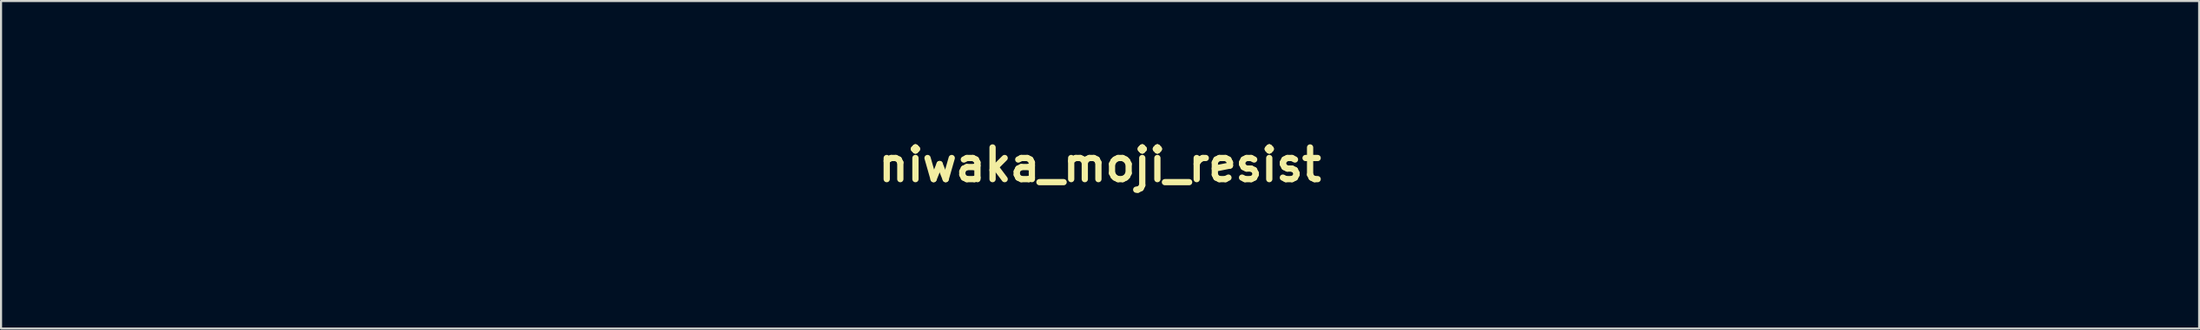
<source format=kicad_pcb>
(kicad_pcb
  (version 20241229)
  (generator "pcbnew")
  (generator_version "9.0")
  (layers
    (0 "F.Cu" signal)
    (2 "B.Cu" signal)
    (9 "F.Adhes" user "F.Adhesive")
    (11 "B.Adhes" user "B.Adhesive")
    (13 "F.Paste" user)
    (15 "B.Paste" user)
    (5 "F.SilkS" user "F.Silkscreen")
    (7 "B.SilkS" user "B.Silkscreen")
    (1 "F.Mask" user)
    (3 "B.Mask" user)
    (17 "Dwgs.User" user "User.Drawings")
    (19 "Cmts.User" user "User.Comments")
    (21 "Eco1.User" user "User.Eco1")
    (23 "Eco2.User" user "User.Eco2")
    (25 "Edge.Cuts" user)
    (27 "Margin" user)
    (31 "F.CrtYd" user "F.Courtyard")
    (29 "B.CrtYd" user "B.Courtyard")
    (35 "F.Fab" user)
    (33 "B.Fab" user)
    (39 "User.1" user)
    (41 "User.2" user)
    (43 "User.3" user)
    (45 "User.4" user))
  (footprint "niwaka_moji_resist"
    (layer "F.Cu")
    (at 49.74 4.878)
    (property "Reference" "niwaka_moji_resist" (at 0 0 0) (layer "F.SilkS") (effects (font (size 1.524 1.524) (thickness 0.3))))
    (attr through_hole)
    (fp_poly (pts (xy -44.871 -2.988) (xy -48.098 -2.988) (xy -48.098 -0.572) (xy -45.443 -0.572) (xy -45.443 1.065) (xy -48.098 1.065) (xy -48.098 4.355) (xy -49.735 4.355) (xy -49.735 -4.625) (xy -44.871 -4.625) (xy -44.871 -2.988)) (stroke (width 0.01) (type solid)) (fill yes) (layer "F.Mask"))
    (fp_poly (pts (xy 17.341 2.75) (xy 18.025 2.75) (xy 18.025 4.355) (xy 15.021 4.355) (xy 15.021 2.75) (xy 15.704 2.75) (xy 15.704 -3.02) (xy 15.021 -3.02) (xy 15.021 -4.625) (xy 17.341 -4.625) (xy 17.341 2.75)) (stroke (width 0.01) (type solid)) (fill yes) (layer "F.Mask"))
    (fp_poly (pts (xy 7.291 -4.622) (xy 8.096 -4.617) (xy 9.576 -1.805) (xy 11.055 1.008) (xy 11.059 -1.809) (xy 11.063 -4.625) (xy 12.7 -4.625) (xy 12.7 4.355) (xy 11.83 4.355) (xy 10.96 4.355) (xy 9.541 1.657) (xy 8.122 -1.041) (xy 8.122 4.355) (xy 6.485 4.355) (xy 6.485 -4.626) (xy 7.291 -4.622)) (stroke (width 0.01) (type solid)) (fill yes) (layer "F.Mask"))
    (fp_poly (pts (xy -33.185 -2.43) (xy -33.181 -0.235) (xy -31.902 -2.407) (xy -31.759 -2.649) (xy -31.621 -2.884) (xy -31.488 -3.11) (xy -31.361 -3.326) (xy -31.241 -3.53) (xy -31.128 -3.721) (xy -31.024 -3.898) (xy -30.93 -4.058) (xy -30.845 -4.2) (xy -30.773 -4.323) (xy -30.712 -4.426) (xy -30.664 -4.507) (xy -30.63 -4.564) (xy -30.611 -4.596) (xy -30.606 -4.603) (xy -30.599 -4.608) (xy -30.584 -4.612) (xy -30.558 -4.615) (xy -30.519 -4.618) (xy -30.465 -4.62) (xy -30.393 -4.621) (xy -30.302 -4.622) (xy -30.188 -4.623) (xy -30.051 -4.623) (xy -29.886 -4.623) (xy -29.693 -4.622) (xy -29.642 -4.622) (xy -28.695 -4.617) (xy -30.019 -2.368) (xy -31.343 -0.119) (xy -31.301 -0.048) (xy -31.289 -0.026) (xy -31.261 0.021) (xy -31.218 0.093) (xy -31.163 0.188) (xy -31.095 0.304) (xy -31.015 0.439) (xy -30.924 0.593) (xy -30.824 0.764) (xy -30.715 0.949) (xy -30.598 1.148) (xy -30.473 1.36) (xy -30.343 1.582) (xy -30.207 1.813) (xy -30.067 2.051) (xy -29.997 2.17) (xy -29.855 2.41) (xy -29.718 2.643) (xy -29.586 2.868) (xy -29.46 3.082) (xy -29.342 3.284) (xy -29.231 3.473) (xy -29.128 3.648) (xy -29.035 3.806) (xy -28.953 3.946) (xy -28.882 4.067) (xy -28.823 4.168) (xy -28.778 4.246) (xy -28.746 4.301) (xy -28.729 4.33) (xy -28.726 4.335) (xy -28.731 4.34) (xy -28.748 4.343) (xy -28.781 4.346) (xy -28.832 4.349) (xy -28.901 4.351) (xy -28.992 4.352) (xy -29.107 4.353) (xy -29.246 4.354) (xy -29.413 4.354) (xy -29.609 4.354) (xy -29.67 4.354) (xy -30.621 4.354) (xy -31.901 2.177) (xy -33.181 -0.001) (xy -33.185 2.177) (xy -33.189 4.355) (xy -34.826 4.355) (xy -34.826 -4.625) (xy -33.189 -4.625) (xy -33.185 -2.43)) (stroke (width 0.01) (type solid)) (fill yes) (layer "F.Mask"))
    (fp_poly (pts (xy -10.073 -2.432) (xy -10.069 -0.238) (xy -8.78 -2.428) (xy -7.491 -4.617) (xy -6.541 -4.622) (xy -6.344 -4.622) (xy -6.175 -4.623) (xy -6.034 -4.623) (xy -5.918 -4.623) (xy -5.824 -4.622) (xy -5.75 -4.621) (xy -5.694 -4.62) (xy -5.654 -4.617) (xy -5.627 -4.615) (xy -5.61 -4.611) (xy -5.603 -4.607) (xy -5.601 -4.601) (xy -5.602 -4.599) (xy -5.611 -4.582) (xy -5.635 -4.54) (xy -5.674 -4.473) (xy -5.726 -4.383) (xy -5.791 -4.272) (xy -5.868 -4.141) (xy -5.956 -3.991) (xy -6.054 -3.823) (xy -6.161 -3.641) (xy -6.277 -3.443) (xy -6.4 -3.234) (xy -6.53 -3.013) (xy -6.666 -2.782) (xy -6.807 -2.542) (xy -6.917 -2.354) (xy -7.061 -2.11) (xy -7.201 -1.872) (xy -7.335 -1.644) (xy -7.463 -1.426) (xy -7.584 -1.219) (xy -7.697 -1.026) (xy -7.802 -0.847) (xy -7.896 -0.684) (xy -7.981 -0.539) (xy -8.054 -0.413) (xy -8.116 -0.307) (xy -8.164 -0.224) (xy -8.198 -0.163) (xy -8.218 -0.127) (xy -8.223 -0.118) (xy -8.215 -0.102) (xy -8.192 -0.061) (xy -8.154 0.005) (xy -8.103 0.094) (xy -8.039 0.205) (xy -7.963 0.335) (xy -7.876 0.484) (xy -7.779 0.651) (xy -7.672 0.833) (xy -7.557 1.029) (xy -7.435 1.239) (xy -7.305 1.459) (xy -7.17 1.69) (xy -7.029 1.929) (xy -6.917 2.12) (xy -6.773 2.364) (xy -6.634 2.601) (xy -6.5 2.829) (xy -6.372 3.047) (xy -6.251 3.253) (xy -6.137 3.446) (xy -6.033 3.624) (xy -5.938 3.786) (xy -5.853 3.93) (xy -5.78 4.056) (xy -5.719 4.16) (xy -5.67 4.243) (xy -5.636 4.303) (xy -5.616 4.338) (xy -5.611 4.347) (xy -5.626 4.348) (xy -5.671 4.35) (xy -5.742 4.351) (xy -5.836 4.352) (xy -5.951 4.353) (xy -6.084 4.354) (xy -6.232 4.354) (xy -6.393 4.355) (xy -6.561 4.355) (xy -7.51 4.354) (xy -10.069 0.003) (xy -10.077 4.355) (xy -11.715 4.355) (xy -11.715 -4.625) (xy -10.077 -4.625) (xy -10.073 -2.432)) (stroke (width 0.01) (type solid)) (fill yes) (layer "F.Mask"))
    (fp_poly (pts (xy 37.854 -0.242) (xy 39.141 -2.43) (xy 40.429 -4.617) (xy 41.38 -4.622) (xy 41.585 -4.622) (xy 41.759 -4.623) (xy 41.906 -4.623) (xy 42.027 -4.622) (xy 42.124 -4.621) (xy 42.199 -4.619) (xy 42.255 -4.617) (xy 42.293 -4.615) (xy 42.315 -4.611) (xy 42.324 -4.607) (xy 42.324 -4.606) (xy 42.315 -4.591) (xy 42.292 -4.55) (xy 42.254 -4.485) (xy 42.202 -4.397) (xy 42.139 -4.289) (xy 42.064 -4.161) (xy 41.979 -4.016) (xy 41.884 -3.854) (xy 41.781 -3.678) (xy 41.67 -3.49) (xy 41.553 -3.29) (xy 41.43 -3.081) (xy 41.303 -2.864) (xy 41.172 -2.641) (xy 41.038 -2.413) (xy 40.902 -2.182) (xy 40.765 -1.95) (xy 40.629 -1.718) (xy 40.494 -1.488) (xy 40.36 -1.262) (xy 40.23 -1.04) (xy 40.104 -0.826) (xy 39.982 -0.619) (xy 39.867 -0.423) (xy 39.758 -0.239) (xy 39.71 -0.158) (xy 39.707 -0.152) (xy 39.706 -0.145) (xy 39.707 -0.136) (xy 39.71 -0.122) (xy 39.717 -0.103) (xy 39.728 -0.078) (xy 39.744 -0.045) (xy 39.766 -0.004) (xy 39.794 0.048) (xy 39.829 0.112) (xy 39.872 0.188) (xy 39.924 0.278) (xy 39.984 0.383) (xy 40.055 0.505) (xy 40.136 0.644) (xy 40.229 0.803) (xy 40.334 0.982) (xy 40.451 1.182) (xy 40.583 1.405) (xy 40.728 1.652) (xy 40.888 1.925) (xy 40.999 2.113) (xy 41.143 2.358) (xy 41.283 2.596) (xy 41.418 2.824) (xy 41.546 3.043) (xy 41.667 3.249) (xy 41.781 3.443) (xy 41.886 3.621) (xy 41.981 3.784) (xy 42.066 3.929) (xy 42.14 4.055) (xy 42.202 4.16) (xy 42.251 4.244) (xy 42.286 4.304) (xy 42.307 4.34) (xy 42.312 4.349) (xy 42.297 4.351) (xy 42.252 4.351) (xy 42.181 4.352) (xy 42.087 4.353) (xy 41.972 4.354) (xy 41.839 4.354) (xy 41.691 4.355) (xy 41.53 4.355) (xy 41.362 4.355) (xy 40.412 4.355) (xy 39.133 2.181) (xy 37.854 0.007) (xy 37.85 2.181) (xy 37.846 4.355) (xy 36.209 4.355) (xy 36.209 -4.625) (xy 37.846 -4.625) (xy 37.854 -0.242)) (stroke (width 0.01) (type solid)) (fill yes) (layer "F.Mask"))
    (fp_poly (pts (xy -40.91 -1.14) (xy -40.909 -0.747) (xy -40.909 -0.385) (xy -40.908 -0.052) (xy -40.908 0.253) (xy -40.907 0.532) (xy -40.907 0.785) (xy -40.906 1.014) (xy -40.905 1.22) (xy -40.905 1.404) (xy -40.904 1.568) (xy -40.903 1.713) (xy -40.902 1.84) (xy -40.901 1.951) (xy -40.9 2.046) (xy -40.898 2.127) (xy -40.897 2.196) (xy -40.895 2.253) (xy -40.893 2.3) (xy -40.891 2.338) (xy -40.889 2.368) (xy -40.886 2.392) (xy -40.884 2.41) (xy -40.881 2.425) (xy -40.878 2.438) (xy -40.877 2.44) (xy -40.822 2.59) (xy -40.751 2.722) (xy -40.658 2.844) (xy -40.596 2.91) (xy -40.5 3) (xy -40.411 3.069) (xy -40.317 3.124) (xy -40.209 3.17) (xy -40.158 3.189) (xy -40.098 3.208) (xy -40.044 3.221) (xy -39.989 3.228) (xy -39.921 3.232) (xy -39.84 3.232) (xy -39.752 3.232) (xy -39.686 3.228) (xy -39.631 3.22) (xy -39.578 3.207) (xy -39.523 3.189) (xy -39.391 3.136) (xy -39.279 3.075) (xy -39.175 2.998) (xy -39.115 2.944) (xy -38.989 2.805) (xy -38.892 2.65) (xy -38.822 2.481) (xy -38.784 2.32) (xy -38.782 2.291) (xy -38.78 2.231) (xy -38.778 2.142) (xy -38.777 2.021) (xy -38.775 1.871) (xy -38.774 1.689) (xy -38.772 1.477) (xy -38.771 1.234) (xy -38.77 0.96) (xy -38.769 0.655) (xy -38.769 0.319) (xy -38.768 -0.049) (xy -38.768 -0.448) (xy -38.768 -0.879) (xy -38.768 -1.204) (xy -38.768 -4.625) (xy -37.146 -4.625) (xy -37.15 -1.037) (xy -37.155 2.551) (xy -37.191 2.71) (xy -37.251 2.93) (xy -37.329 3.15) (xy -37.421 3.36) (xy -37.523 3.552) (xy -37.584 3.648) (xy -37.756 3.876) (xy -37.949 4.085) (xy -38.161 4.273) (xy -38.39 4.438) (xy -38.633 4.579) (xy -38.887 4.694) (xy -39.15 4.78) (xy -39.418 4.838) (xy -39.481 4.847) (xy -39.582 4.857) (xy -39.695 4.865) (xy -39.808 4.87) (xy -39.912 4.872) (xy -39.991 4.87) (xy -40.281 4.836) (xy -40.563 4.772) (xy -40.835 4.678) (xy -41.096 4.555) (xy -41.344 4.404) (xy -41.578 4.225) (xy -41.706 4.109) (xy -41.907 3.897) (xy -42.079 3.672) (xy -42.225 3.433) (xy -42.345 3.177) (xy -42.441 2.902) (xy -42.491 2.708) (xy -42.527 2.551) (xy -42.531 -1.037) (xy -42.535 -4.625) (xy -40.914 -4.625) (xy -40.91 -1.14)) (stroke (width 0.01) (type solid)) (fill yes) (layer "F.Mask"))
    (fp_poly (pts (xy -25.523 -1.133) (xy -25.523 -0.74) (xy -25.522 -0.378) (xy -25.522 -0.045) (xy -25.521 0.259) (xy -25.521 0.538) (xy -25.52 0.79) (xy -25.52 1.019) (xy -25.519 1.224) (xy -25.518 1.408) (xy -25.518 1.572) (xy -25.517 1.716) (xy -25.516 1.843) (xy -25.515 1.953) (xy -25.513 2.048) (xy -25.512 2.129) (xy -25.51 2.197) (xy -25.509 2.254) (xy -25.507 2.301) (xy -25.505 2.338) (xy -25.502 2.368) (xy -25.5 2.392) (xy -25.497 2.411) (xy -25.494 2.426) (xy -25.491 2.438) (xy -25.491 2.44) (xy -25.436 2.59) (xy -25.365 2.722) (xy -25.271 2.844) (xy -25.21 2.91) (xy -25.114 3) (xy -25.024 3.069) (xy -24.931 3.124) (xy -24.823 3.17) (xy -24.772 3.189) (xy -24.711 3.208) (xy -24.658 3.221) (xy -24.603 3.228) (xy -24.534 3.232) (xy -24.454 3.232) (xy -24.366 3.232) (xy -24.3 3.228) (xy -24.245 3.22) (xy -24.192 3.207) (xy -24.136 3.189) (xy -24.005 3.136) (xy -23.893 3.075) (xy -23.789 2.998) (xy -23.728 2.944) (xy -23.603 2.805) (xy -23.506 2.65) (xy -23.436 2.481) (xy -23.398 2.32) (xy -23.396 2.29) (xy -23.394 2.231) (xy -23.392 2.141) (xy -23.39 2.021) (xy -23.389 1.871) (xy -23.387 1.689) (xy -23.386 1.477) (xy -23.385 1.234) (xy -23.384 0.96) (xy -23.383 0.654) (xy -23.383 0.318) (xy -23.382 -0.05) (xy -23.382 -0.45) (xy -23.382 -0.881) (xy -23.381 -1.196) (xy -23.381 -4.61) (xy -21.76 -4.61) (xy -21.764 -1.029) (xy -21.769 2.551) (xy -21.805 2.71) (xy -21.865 2.93) (xy -21.943 3.15) (xy -22.035 3.36) (xy -22.137 3.552) (xy -22.198 3.648) (xy -22.369 3.876) (xy -22.563 4.085) (xy -22.775 4.273) (xy -23.004 4.438) (xy -23.247 4.579) (xy -23.501 4.694) (xy -23.763 4.78) (xy -24.032 4.838) (xy -24.095 4.847) (xy -24.196 4.857) (xy -24.309 4.865) (xy -24.422 4.87) (xy -24.525 4.872) (xy -24.605 4.87) (xy -24.896 4.836) (xy -25.177 4.772) (xy -25.449 4.678) (xy -25.71 4.555) (xy -25.958 4.403) (xy -26.193 4.223) (xy -26.328 4.101) (xy -26.529 3.886) (xy -26.703 3.654) (xy -26.851 3.406) (xy -26.972 3.141) (xy -27.067 2.858) (xy -27.105 2.708) (xy -27.14 2.551) (xy -27.145 -1.029) (xy -27.149 -4.61) (xy -25.528 -4.61) (xy -25.523 -1.133)) (stroke (width 0.01) (type solid)) (fill yes) (layer "F.Mask"))
    (fp_poly (pts (xy 48.723 -0.147) (xy 48.808 0.224) (xy 48.891 0.586) (xy 48.972 0.939) (xy 49.051 1.282) (xy 49.127 1.613) (xy 49.2 1.931) (xy 49.269 2.235) (xy 49.336 2.524) (xy 49.398 2.796) (xy 49.456 3.05) (xy 49.51 3.285) (xy 49.559 3.5) (xy 49.603 3.694) (xy 49.642 3.864) (xy 49.676 4.011) (xy 49.704 4.132) (xy 49.725 4.228) (xy 49.741 4.295) (xy 49.749 4.334) (xy 49.751 4.343) (xy 49.736 4.346) (xy 49.691 4.348) (xy 49.621 4.35) (xy 49.528 4.351) (xy 49.415 4.353) (xy 49.284 4.354) (xy 49.14 4.355) (xy 48.984 4.355) (xy 48.912 4.355) (xy 48.074 4.355) (xy 47.883 3.521) (xy 47.693 2.686) (xy 46.605 2.69) (xy 45.517 2.694) (xy 45.505 2.742) (xy 45.5 2.766) (xy 45.488 2.819) (xy 45.47 2.896) (xy 45.447 2.994) (xy 45.42 3.111) (xy 45.39 3.243) (xy 45.357 3.388) (xy 45.322 3.541) (xy 45.315 3.572) (xy 45.136 4.355) (xy 44.294 4.355) (xy 44.109 4.355) (xy 43.953 4.355) (xy 43.824 4.355) (xy 43.72 4.354) (xy 43.637 4.353) (xy 43.573 4.351) (xy 43.527 4.349) (xy 43.495 4.346) (xy 43.474 4.342) (xy 43.463 4.338) (xy 43.459 4.333) (xy 43.46 4.327) (xy 43.464 4.31) (xy 43.475 4.262) (xy 43.492 4.187) (xy 43.516 4.083) (xy 43.546 3.954) (xy 43.581 3.8) (xy 43.622 3.622) (xy 43.668 3.422) (xy 43.718 3.201) (xy 43.774 2.96) (xy 43.833 2.701) (xy 43.897 2.423) (xy 43.964 2.13) (xy 44.035 1.822) (xy 44.109 1.5) (xy 44.186 1.165) (xy 44.215 1.037) (xy 45.904 1.037) (xy 45.919 1.04) (xy 45.963 1.042) (xy 46.033 1.044) (xy 46.124 1.046) (xy 46.235 1.047) (xy 46.362 1.048) (xy 46.501 1.049) (xy 46.61 1.049) (xy 47.315 1.049) (xy 47.272 0.862) (xy 47.261 0.818) (xy 47.245 0.746) (xy 47.222 0.648) (xy 47.194 0.527) (xy 47.162 0.386) (xy 47.125 0.227) (xy 47.086 0.053) (xy 47.043 -0.134) (xy 46.998 -0.33) (xy 46.951 -0.533) (xy 46.921 -0.664) (xy 46.875 -0.864) (xy 46.831 -1.056) (xy 46.789 -1.236) (xy 46.75 -1.403) (xy 46.714 -1.554) (xy 46.683 -1.687) (xy 46.656 -1.799) (xy 46.634 -1.889) (xy 46.618 -1.955) (xy 46.608 -1.993) (xy 46.605 -2.003) (xy 46.6 -1.988) (xy 46.589 -1.944) (xy 46.573 -1.875) (xy 46.55 -1.782) (xy 46.524 -1.668) (xy 46.493 -1.537) (xy 46.458 -1.389) (xy 46.421 -1.229) (xy 46.381 -1.058) (xy 46.34 -0.879) (xy 46.297 -0.694) (xy 46.254 -0.507) (xy 46.21 -0.319) (xy 46.168 -0.134) (xy 46.126 0.047) (xy 46.086 0.22) (xy 46.049 0.384) (xy 46.015 0.535) (xy 45.984 0.671) (xy 45.957 0.789) (xy 45.935 0.888) (xy 45.919 0.963) (xy 45.908 1.014) (xy 45.904 1.036) (xy 45.904 1.037) (xy 44.215 1.037) (xy 44.265 0.82) (xy 44.347 0.464) (xy 44.431 0.099) (xy 44.491 -0.163) (xy 45.515 -4.625) (xy 46.604 -4.625) (xy 47.694 -4.625) (xy 48.723 -0.147)) (stroke (width 0.01) (type solid)) (fill yes) (layer "F.Mask"))
    (fp_poly (pts (xy 32.621 -4.582) (xy 32.626 -4.563) (xy 32.637 -4.514) (xy 32.654 -4.437) (xy 32.678 -4.332) (xy 32.708 -4.202) (xy 32.744 -4.047) (xy 32.785 -3.868) (xy 32.831 -3.667) (xy 32.882 -3.445) (xy 32.937 -3.203) (xy 32.997 -2.943) (xy 33.061 -2.665) (xy 33.129 -2.371) (xy 33.199 -2.062) (xy 33.274 -1.74) (xy 33.35 -1.406) (xy 33.43 -1.06) (xy 33.512 -0.704) (xy 33.595 -0.34) (xy 33.649 -0.108) (xy 33.733 0.26) (xy 33.816 0.621) (xy 33.897 0.972) (xy 33.975 1.313) (xy 34.051 1.642) (xy 34.123 1.959) (xy 34.192 2.261) (xy 34.258 2.547) (xy 34.32 2.817) (xy 34.378 3.069) (xy 34.431 3.302) (xy 34.48 3.515) (xy 34.523 3.706) (xy 34.562 3.875) (xy 34.595 4.019) (xy 34.622 4.138) (xy 34.643 4.231) (xy 34.657 4.295) (xy 34.665 4.331) (xy 34.667 4.338) (xy 34.653 4.343) (xy 34.613 4.346) (xy 34.544 4.349) (xy 34.447 4.351) (xy 34.32 4.353) (xy 34.163 4.354) (xy 33.976 4.355) (xy 33.828 4.355) (xy 32.99 4.355) (xy 32.609 2.686) (xy 30.434 2.694) (xy 30.27 3.409) (xy 30.235 3.56) (xy 30.202 3.705) (xy 30.171 3.84) (xy 30.143 3.963) (xy 30.119 4.068) (xy 30.099 4.153) (xy 30.086 4.213) (xy 30.08 4.24) (xy 30.054 4.355) (xy 28.37 4.355) (xy 28.38 4.311) (xy 28.384 4.293) (xy 28.395 4.244) (xy 28.413 4.167) (xy 28.437 4.062) (xy 28.467 3.932) (xy 28.503 3.776) (xy 28.544 3.598) (xy 28.59 3.397) (xy 28.641 3.174) (xy 28.697 2.932) (xy 28.756 2.672) (xy 28.82 2.394) (xy 28.888 2.1) (xy 28.959 1.791) (xy 29.033 1.469) (xy 29.11 1.134) (xy 29.133 1.032) (xy 30.82 1.032) (xy 30.833 1.037) (xy 30.874 1.041) (xy 30.942 1.044) (xy 31.038 1.046) (xy 31.164 1.048) (xy 31.32 1.049) (xy 31.507 1.049) (xy 31.526 1.049) (xy 32.232 1.049) (xy 32.213 0.966) (xy 32.206 0.938) (xy 32.193 0.882) (xy 32.174 0.8) (xy 32.15 0.693) (xy 32.12 0.565) (xy 32.087 0.417) (xy 32.049 0.252) (xy 32.007 0.073) (xy 31.963 -0.119) (xy 31.917 -0.322) (xy 31.869 -0.532) (xy 31.86 -0.568) (xy 31.801 -0.826) (xy 31.747 -1.059) (xy 31.698 -1.269) (xy 31.654 -1.454) (xy 31.616 -1.613) (xy 31.584 -1.745) (xy 31.557 -1.85) (xy 31.537 -1.927) (xy 31.523 -1.974) (xy 31.516 -1.991) (xy 31.516 -1.991) (xy 31.51 -1.972) (xy 31.499 -1.925) (xy 31.481 -1.852) (xy 31.459 -1.756) (xy 31.431 -1.639) (xy 31.4 -1.504) (xy 31.365 -1.354) (xy 31.328 -1.192) (xy 31.288 -1.019) (xy 31.246 -0.838) (xy 31.203 -0.653) (xy 31.16 -0.465) (xy 31.117 -0.277) (xy 31.074 -0.092) (xy 31.033 0.087) (xy 30.994 0.259) (xy 30.957 0.42) (xy 30.924 0.568) (xy 30.894 0.7) (xy 30.868 0.813) (xy 30.847 0.906) (xy 30.832 0.975) (xy 30.823 1.018) (xy 30.82 1.032) (xy 29.133 1.032) (xy 29.189 0.788) (xy 29.271 0.432) (xy 29.355 0.068) (xy 29.411 -0.175) (xy 30.432 -4.617) (xy 31.522 -4.622) (xy 32.612 -4.626) (xy 32.621 -4.582)) (stroke (width 0.01) (type solid)) (fill yes) (layer "F.Mask"))
    (fp_poly (pts (xy -0.65 -4.622) (xy -0.521 -4.622) (xy -0.411 -4.621) (xy -0.325 -4.62) (xy -0.263 -4.619) (xy -0.229 -4.618) (xy -0.223 -4.617) (xy -0.219 -4.601) (xy -0.209 -4.555) (xy -0.192 -4.481) (xy -0.169 -4.379) (xy -0.139 -4.252) (xy -0.104 -4.099) (xy -0.064 -3.923) (xy -0.019 -3.725) (xy 0.032 -3.505) (xy 0.087 -3.266) (xy 0.146 -3.007) (xy 0.209 -2.732) (xy 0.276 -2.44) (xy 0.347 -2.133) (xy 0.42 -1.812) (xy 0.497 -1.479) (xy 0.576 -1.135) (xy 0.658 -0.78) (xy 0.741 -0.417) (xy 0.796 -0.178) (xy 0.881 0.191) (xy 0.964 0.552) (xy 1.045 0.904) (xy 1.123 1.246) (xy 1.199 1.577) (xy 1.272 1.894) (xy 1.342 2.198) (xy 1.408 2.486) (xy 1.47 2.758) (xy 1.528 3.012) (xy 1.582 3.247) (xy 1.632 3.462) (xy 1.676 3.656) (xy 1.715 3.826) (xy 1.748 3.973) (xy 1.776 4.094) (xy 1.798 4.189) (xy 1.813 4.257) (xy 1.821 4.295) (xy 1.823 4.304) (xy 1.832 4.355) (xy 0.992 4.351) (xy 0.152 4.347) (xy -0.038 3.517) (xy -0.229 2.686) (xy -1.313 2.686) (xy -1.526 2.686) (xy -1.709 2.686) (xy -1.864 2.687) (xy -1.995 2.687) (xy -2.102 2.688) (xy -2.189 2.689) (xy -2.257 2.691) (xy -2.31 2.693) (xy -2.348 2.695) (xy -2.374 2.698) (xy -2.391 2.702) (xy -2.401 2.707) (xy -2.405 2.712) (xy -2.406 2.714) (xy -2.411 2.735) (xy -2.423 2.783) (xy -2.44 2.857) (xy -2.462 2.952) (xy -2.488 3.065) (xy -2.518 3.195) (xy -2.551 3.336) (xy -2.585 3.488) (xy -2.591 3.513) (xy -2.626 3.666) (xy -2.659 3.81) (xy -2.689 3.942) (xy -2.716 4.059) (xy -2.739 4.159) (xy -2.757 4.237) (xy -2.77 4.291) (xy -2.776 4.318) (xy -2.776 4.319) (xy -2.785 4.355) (xy -3.626 4.355) (xy -3.786 4.355) (xy -3.936 4.355) (xy -4.073 4.355) (xy -4.195 4.354) (xy -4.297 4.354) (xy -4.378 4.353) (xy -4.434 4.352) (xy -4.463 4.352) (xy -4.466 4.351) (xy -4.463 4.336) (xy -4.452 4.29) (xy -4.435 4.216) (xy -4.412 4.115) (xy -4.383 3.988) (xy -4.348 3.836) (xy -4.308 3.66) (xy -4.262 3.461) (xy -4.212 3.242) (xy -4.157 3.002) (xy -4.097 2.744) (xy -4.034 2.468) (xy -3.967 2.176) (xy -3.896 1.869) (xy -3.822 1.547) (xy -3.746 1.214) (xy -3.708 1.049) (xy -2.023 1.049) (xy -1.312 1.049) (xy -1.137 1.049) (xy -0.991 1.048) (xy -0.873 1.047) (xy -0.779 1.046) (xy -0.709 1.044) (xy -0.659 1.041) (xy -0.627 1.038) (xy -0.611 1.033) (xy -0.608 1.029) (xy -0.612 1.011) (xy -0.624 0.964) (xy -0.641 0.891) (xy -0.664 0.793) (xy -0.692 0.672) (xy -0.724 0.531) (xy -0.761 0.372) (xy -0.801 0.197) (xy -0.845 0.008) (xy -0.891 -0.193) (xy -0.94 -0.403) (xy -0.963 -0.506) (xy -1.024 -0.769) (xy -1.079 -1.009) (xy -1.13 -1.224) (xy -1.175 -1.415) (xy -1.214 -1.58) (xy -1.248 -1.719) (xy -1.275 -1.83) (xy -1.297 -1.913) (xy -1.312 -1.967) (xy -1.321 -1.991) (xy -1.323 -1.992) (xy -1.327 -1.974) (xy -1.338 -1.927) (xy -1.355 -1.855) (xy -1.378 -1.76) (xy -1.405 -1.644) (xy -1.436 -1.51) (xy -1.471 -1.36) (xy -1.508 -1.198) (xy -1.548 -1.026) (xy -1.59 -0.846) (xy -1.633 -0.661) (xy -1.676 -0.474) (xy -1.719 -0.287) (xy -1.761 -0.103) (xy -1.802 0.076) (xy -1.842 0.247) (xy -1.878 0.407) (xy -1.912 0.554) (xy -1.942 0.685) (xy -1.967 0.797) (xy -1.988 0.889) (xy -2.003 0.957) (xy -2.012 0.999) (xy -2.014 1.005) (xy -2.023 1.049) (xy -3.708 1.049) (xy -3.666 0.868) (xy -3.585 0.513) (xy -3.501 0.148) (xy -3.436 -0.135) (xy -2.405 -4.617) (xy -1.314 -4.622) (xy -1.131 -4.622) (xy -0.957 -4.622) (xy -0.796 -4.622) (xy -0.65 -4.622)) (stroke (width 0.01) (type solid)) (fill yes) (layer "F.Mask"))
    (fp_poly (pts (xy 21.24 -4.582) (xy 21.243 -4.561) (xy 21.252 -4.511) (xy 21.266 -4.433) (xy 21.284 -4.33) (xy 21.307 -4.202) (xy 21.333 -4.052) (xy 21.363 -3.883) (xy 21.396 -3.694) (xy 21.433 -3.489) (xy 21.471 -3.269) (xy 21.512 -3.037) (xy 21.555 -2.793) (xy 21.6 -2.54) (xy 21.627 -2.388) (xy 22.005 -0.238) (xy 22.367 -2.166) (xy 22.413 -2.414) (xy 22.459 -2.658) (xy 22.503 -2.894) (xy 22.546 -3.121) (xy 22.586 -3.336) (xy 22.624 -3.538) (xy 22.659 -3.723) (xy 22.69 -3.89) (xy 22.717 -4.036) (xy 22.741 -4.159) (xy 22.759 -4.257) (xy 22.772 -4.327) (xy 22.778 -4.359) (xy 22.829 -4.625) (xy 24.376 -4.625) (xy 24.778 -2.476) (xy 24.826 -2.218) (xy 24.873 -1.969) (xy 24.917 -1.731) (xy 24.96 -1.504) (xy 25 -1.29) (xy 25.037 -1.093) (xy 25.071 -0.913) (xy 25.102 -0.751) (xy 25.128 -0.611) (xy 25.151 -0.494) (xy 25.168 -0.402) (xy 25.181 -0.336) (xy 25.189 -0.298) (xy 25.191 -0.29) (xy 25.195 -0.3) (xy 25.204 -0.341) (xy 25.219 -0.411) (xy 25.238 -0.509) (xy 25.262 -0.635) (xy 25.29 -0.787) (xy 25.323 -0.964) (xy 25.36 -1.166) (xy 25.4 -1.39) (xy 25.445 -1.637) (xy 25.492 -1.906) (xy 25.544 -2.194) (xy 25.586 -2.434) (xy 25.632 -2.692) (xy 25.676 -2.942) (xy 25.718 -3.182) (xy 25.759 -3.409) (xy 25.797 -3.623) (xy 25.832 -3.82) (xy 25.864 -4) (xy 25.893 -4.161) (xy 25.918 -4.3) (xy 25.939 -4.417) (xy 25.956 -4.509) (xy 25.968 -4.574) (xy 25.975 -4.611) (xy 25.977 -4.619) (xy 25.993 -4.621) (xy 26.039 -4.621) (xy 26.11 -4.622) (xy 26.204 -4.623) (xy 26.318 -4.623) (xy 26.449 -4.623) (xy 26.594 -4.622) (xy 26.75 -4.622) (xy 26.809 -4.622) (xy 27.636 -4.617) (xy 26.844 -0.135) (xy 26.778 0.237) (xy 26.714 0.602) (xy 26.651 0.957) (xy 26.591 1.301) (xy 26.532 1.633) (xy 26.475 1.953) (xy 26.422 2.258) (xy 26.371 2.547) (xy 26.322 2.819) (xy 26.278 3.074) (xy 26.236 3.309) (xy 26.198 3.523) (xy 26.164 3.716) (xy 26.134 3.885) (xy 26.109 4.031) (xy 26.088 4.15) (xy 26.071 4.243) (xy 26.06 4.308) (xy 26.053 4.344) (xy 26.052 4.351) (xy 26.037 4.352) (xy 25.992 4.353) (xy 25.922 4.353) (xy 25.829 4.354) (xy 25.716 4.354) (xy 25.585 4.355) (xy 25.441 4.355) (xy 25.286 4.355) (xy 25.221 4.355) (xy 24.391 4.355) (xy 24.003 2.277) (xy 23.955 2.024) (xy 23.91 1.781) (xy 23.866 1.547) (xy 23.824 1.326) (xy 23.785 1.119) (xy 23.749 0.928) (xy 23.716 0.755) (xy 23.687 0.601) (xy 23.661 0.469) (xy 23.64 0.36) (xy 23.624 0.276) (xy 23.612 0.219) (xy 23.606 0.19) (xy 23.605 0.187) (xy 23.601 0.201) (xy 23.591 0.245) (xy 23.577 0.316) (xy 23.557 0.413) (xy 23.534 0.533) (xy 23.506 0.677) (xy 23.474 0.84) (xy 23.439 1.022) (xy 23.401 1.221) (xy 23.361 1.435) (xy 23.318 1.662) (xy 23.273 1.901) (xy 23.226 2.149) (xy 23.208 2.246) (xy 23.161 2.498) (xy 23.115 2.741) (xy 23.071 2.974) (xy 23.03 3.195) (xy 22.991 3.402) (xy 22.955 3.593) (xy 22.922 3.767) (xy 22.893 3.921) (xy 22.868 4.053) (xy 22.847 4.162) (xy 22.831 4.247) (xy 22.819 4.304) (xy 22.814 4.332) (xy 22.813 4.335) (xy 22.805 4.34) (xy 22.783 4.344) (xy 22.744 4.347) (xy 22.687 4.35) (xy 22.61 4.352) (xy 22.51 4.353) (xy 22.385 4.354) (xy 22.234 4.355) (xy 22.054 4.355) (xy 21.98 4.355) (xy 21.789 4.355) (xy 21.628 4.355) (xy 21.494 4.354) (xy 21.385 4.352) (xy 21.3 4.35) (xy 21.236 4.348) (xy 21.191 4.345) (xy 21.163 4.341) (xy 21.15 4.337) (xy 21.149 4.335) (xy 21.145 4.318) (xy 21.137 4.271) (xy 21.123 4.195) (xy 21.105 4.092) (xy 21.082 3.962) (xy 21.054 3.807) (xy 21.022 3.628) (xy 20.987 3.427) (xy 20.947 3.204) (xy 20.904 2.962) (xy 20.858 2.701) (xy 20.809 2.422) (xy 20.757 2.127) (xy 20.702 1.816) (xy 20.645 1.493) (xy 20.586 1.156) (xy 20.524 0.808) (xy 20.461 0.451) (xy 20.397 0.084) (xy 20.361 -0.119) (xy 20.296 -0.49) (xy 20.232 -0.853) (xy 20.169 -1.207) (xy 20.109 -1.55) (xy 20.05 -1.882) (xy 19.994 -2.2) (xy 19.941 -2.504) (xy 19.89 -2.793) (xy 19.842 -3.065) (xy 19.797 -3.319) (xy 19.755 -3.553) (xy 19.718 -3.767) (xy 19.684 -3.959) (xy 19.654 -4.128) (xy 19.628 -4.273) (xy 19.607 -4.392) (xy 19.59 -4.485) (xy 19.579 -4.549) (xy 19.573 -4.584) (xy 19.572 -4.59) (xy 19.563 -4.625) (xy 21.232 -4.625) (xy 21.24 -4.582)) (stroke (width 0.01) (type solid)) (fill yes) (layer "F.Mask"))
    (fp_poly (pts (xy -16.638 -4.872) (xy -16.49 -4.866) (xy -16.356 -4.854) (xy -16.242 -4.837) (xy -16.229 -4.834) (xy -15.939 -4.757) (xy -15.665 -4.653) (xy -15.406 -4.524) (xy -15.165 -4.371) (xy -14.943 -4.195) (xy -14.742 -3.999) (xy -14.562 -3.784) (xy -14.406 -3.55) (xy -14.275 -3.3) (xy -14.169 -3.035) (xy -14.092 -2.756) (xy -14.073 -2.662) (xy -14.069 -2.64) (xy -14.065 -2.617) (xy -14.062 -2.59) (xy -14.059 -2.559) (xy -14.057 -2.522) (xy -14.054 -2.477) (xy -14.052 -2.424) (xy -14.051 -2.359) (xy -14.049 -2.282) (xy -14.048 -2.192) (xy -14.047 -2.086) (xy -14.046 -1.963) (xy -14.045 -1.821) (xy -14.044 -1.66) (xy -14.044 -1.477) (xy -14.044 -1.271) (xy -14.043 -1.04) (xy -14.043 -0.783) (xy -14.043 -0.498) (xy -14.043 -0.184) (xy -14.043 0.016) (xy -14.043 2.535) (xy -14.079 2.697) (xy -14.156 2.982) (xy -14.259 3.251) (xy -14.385 3.501) (xy -14.458 3.62) (xy -14.63 3.856) (xy -14.823 4.071) (xy -15.035 4.262) (xy -15.264 4.429) (xy -15.508 4.571) (xy -15.764 4.687) (xy -16.031 4.776) (xy -16.306 4.837) (xy -16.588 4.868) (xy -16.873 4.869) (xy -16.952 4.863) (xy -17.23 4.825) (xy -17.503 4.756) (xy -17.769 4.659) (xy -18.024 4.534) (xy -18.265 4.382) (xy -18.489 4.207) (xy -18.586 4.118) (xy -18.792 3.901) (xy -18.968 3.673) (xy -19.116 3.432) (xy -19.236 3.178) (xy -19.309 2.966) (xy -17.415 2.966) (xy -17.414 2.975) (xy -17.411 2.981) (xy -17.41 2.982) (xy -17.247 3.093) (xy -17.08 3.173) (xy -16.91 3.221) (xy -16.736 3.238) (xy -16.561 3.224) (xy -16.402 3.185) (xy -16.242 3.116) (xy -16.094 3.021) (xy -15.963 2.904) (xy -15.853 2.768) (xy -15.784 2.651) (xy -15.763 2.61) (xy -15.745 2.573) (xy -15.729 2.539) (xy -15.716 2.506) (xy -15.704 2.47) (xy -15.695 2.431) (xy -15.687 2.385) (xy -15.68 2.33) (xy -15.675 2.264) (xy -15.671 2.184) (xy -15.668 2.089) (xy -15.666 1.975) (xy -15.664 1.841) (xy -15.663 1.685) (xy -15.662 1.504) (xy -15.661 1.295) (xy -15.661 1.066) (xy -15.66 0.867) (xy -15.659 0.678) (xy -15.659 0.502) (xy -15.659 0.339) (xy -15.658 0.193) (xy -15.659 0.067) (xy -15.659 -0.039) (xy -15.659 -0.121) (xy -15.66 -0.176) (xy -15.661 -0.204) (xy -15.661 -0.206) (xy -15.67 -0.191) (xy -15.693 -0.151) (xy -15.729 -0.086) (xy -15.779 0.001) (xy -15.839 0.109) (xy -15.911 0.236) (xy -15.992 0.38) (xy -16.082 0.54) (xy -16.179 0.713) (xy -16.283 0.899) (xy -16.393 1.094) (xy -16.507 1.298) (xy -16.553 1.38) (xy -16.69 1.624) (xy -16.811 1.841) (xy -16.919 2.033) (xy -17.013 2.202) (xy -17.096 2.35) (xy -17.166 2.477) (xy -17.226 2.586) (xy -17.276 2.677) (xy -17.317 2.754) (xy -17.349 2.815) (xy -17.374 2.865) (xy -17.392 2.903) (xy -17.405 2.932) (xy -17.412 2.952) (xy -17.415 2.966) (xy -19.309 2.966) (xy -19.33 2.907) (xy -19.395 2.632) (xy -19.4 2.607) (xy -19.404 2.583) (xy -19.408 2.557) (xy -19.411 2.528) (xy -19.414 2.495) (xy -19.417 2.455) (xy -19.419 2.408) (xy -19.422 2.351) (xy -19.423 2.282) (xy -19.425 2.201) (xy -19.427 2.105) (xy -19.428 1.993) (xy -19.429 1.864) (xy -19.43 1.714) (xy -19.431 1.544) (xy -19.432 1.351) (xy -19.432 1.133) (xy -19.433 0.889) (xy -19.434 0.618) (xy -19.435 0.317) (xy -19.435 0.175) (xy -19.436 -0.165) (xy -19.437 -0.475) (xy -19.437 -0.756) (xy -19.437 -0.965) (xy -17.802 -0.965) (xy -17.802 0.324) (xy -16.888 -1.304) (xy -15.974 -2.933) (xy -16.034 -2.985) (xy -16.118 -3.049) (xy -16.219 -3.111) (xy -16.324 -3.164) (xy -16.401 -3.194) (xy -16.574 -3.236) (xy -16.747 -3.247) (xy -16.918 -3.23) (xy -17.082 -3.186) (xy -17.238 -3.116) (xy -17.382 -3.022) (xy -17.51 -2.905) (xy -17.62 -2.767) (xy -17.708 -2.609) (xy -17.721 -2.578) (xy -17.735 -2.543) (xy -17.747 -2.51) (xy -17.758 -2.476) (xy -17.767 -2.439) (xy -17.775 -2.397) (xy -17.782 -2.347) (xy -17.787 -2.287) (xy -17.792 -2.214) (xy -17.795 -2.128) (xy -17.798 -2.025) (xy -17.799 -1.904) (xy -17.801 -1.761) (xy -17.802 -1.596) (xy -17.802 -1.405) (xy -17.802 -1.186) (xy -17.802 -0.965) (xy -19.437 -0.965) (xy -19.437 -1.01) (xy -19.437 -1.239) (xy -19.437 -1.444) (xy -19.436 -1.627) (xy -19.434 -1.79) (xy -19.433 -1.934) (xy -19.431 -2.06) (xy -19.428 -2.171) (xy -19.425 -2.268) (xy -19.421 -2.352) (xy -19.417 -2.426) (xy -19.412 -2.49) (xy -19.406 -2.547) (xy -19.4 -2.597) (xy -19.393 -2.644) (xy -19.385 -2.688) (xy -19.376 -2.73) (xy -19.376 -2.731) (xy -19.312 -2.973) (xy -19.223 -3.215) (xy -19.113 -3.449) (xy -19.005 -3.636) (xy -18.842 -3.86) (xy -18.655 -4.067) (xy -18.445 -4.256) (xy -18.217 -4.423) (xy -17.972 -4.568) (xy -17.714 -4.688) (xy -17.446 -4.781) (xy -17.19 -4.842) (xy -17.075 -4.858) (xy -16.94 -4.869) (xy -16.791 -4.873) (xy -16.638 -4.872)) (stroke (width 0.01) (type solid)) (fill yes) (layer "F.Mask")))
  (gr_rect
    (start -3 -3)
    (end 102.496 12.755)
    (stroke (width 0.1) (type default))
    (fill no)
    (layer "Edge.Cuts")))
</source>
